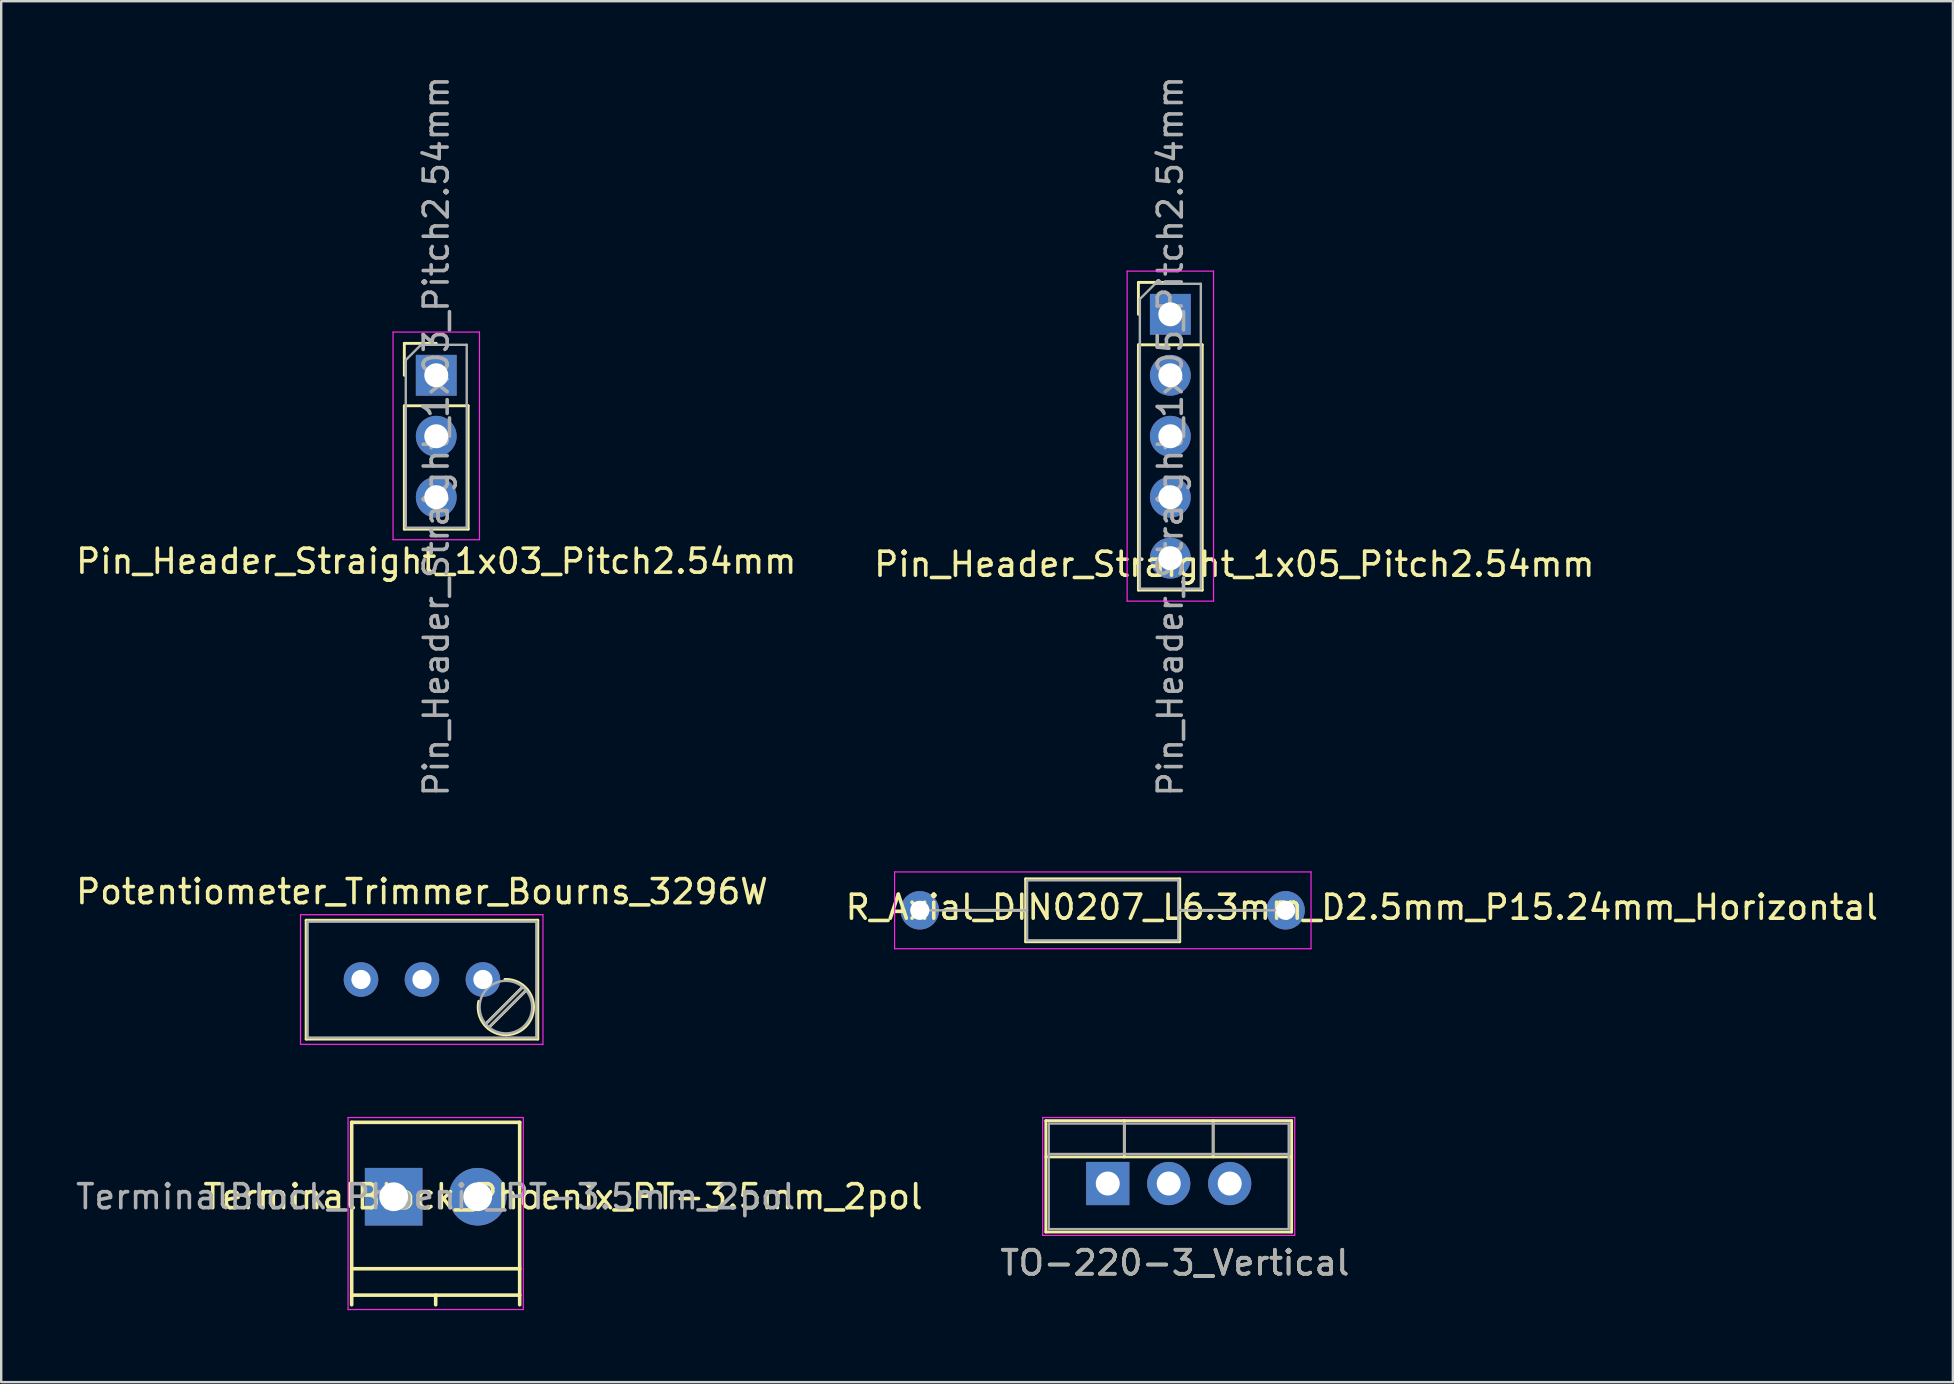
<source format=kicad_pcb>
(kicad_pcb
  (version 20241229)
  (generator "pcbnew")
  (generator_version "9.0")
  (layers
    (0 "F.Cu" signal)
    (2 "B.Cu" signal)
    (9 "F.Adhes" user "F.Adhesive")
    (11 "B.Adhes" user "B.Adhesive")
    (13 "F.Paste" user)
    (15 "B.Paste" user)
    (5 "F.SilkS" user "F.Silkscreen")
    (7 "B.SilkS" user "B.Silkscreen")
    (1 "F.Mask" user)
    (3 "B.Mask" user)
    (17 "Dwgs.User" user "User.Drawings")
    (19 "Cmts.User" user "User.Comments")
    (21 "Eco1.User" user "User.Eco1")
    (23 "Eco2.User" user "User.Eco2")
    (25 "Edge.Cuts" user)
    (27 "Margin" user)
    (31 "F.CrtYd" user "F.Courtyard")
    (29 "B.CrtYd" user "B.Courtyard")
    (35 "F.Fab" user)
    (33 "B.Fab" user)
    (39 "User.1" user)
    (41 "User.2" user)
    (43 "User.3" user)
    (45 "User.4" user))
  (footprint "R_Axial_DIN0207_L6.3mm_D2.5mm_P15.24mm_Horizontal"
    (layer "F.Cu")
    (at 35.27 34.875)
    (property "Reference" "R_Axial_DIN0207_L6.3mm_D2.5mm_P15.24mm_Horizontal" (at 18.415 -0.127 0) (layer "F.SilkS") (effects (font (size 1 1) (thickness 0.15))))
    (attr through_hole)
    (fp_line (start 0.98 0) (end 4.41 0) (stroke (width 0.12) (type solid)) (layer "F.SilkS"))
    (fp_line (start 4.41 -1.31) (end 4.41 1.31) (stroke (width 0.12) (type solid)) (layer "F.SilkS"))
    (fp_line (start 4.41 1.31) (end 10.83 1.31) (stroke (width 0.12) (type solid)) (layer "F.SilkS"))
    (fp_line (start 10.83 -1.31) (end 4.41 -1.31) (stroke (width 0.12) (type solid)) (layer "F.SilkS"))
    (fp_line (start 10.83 1.31) (end 10.83 -1.31) (stroke (width 0.12) (type solid)) (layer "F.SilkS"))
    (fp_line (start 14.26 0) (end 10.83 0) (stroke (width 0.12) (type solid)) (layer "F.SilkS"))
    (fp_line (start -1.05 -1.6) (end -1.05 1.6) (stroke (width 0.05) (type solid)) (layer "F.CrtYd"))
    (fp_line (start -1.05 1.6) (end 16.3 1.6) (stroke (width 0.05) (type solid)) (layer "F.CrtYd"))
    (fp_line (start 16.3 -1.6) (end -1.05 -1.6) (stroke (width 0.05) (type solid)) (layer "F.CrtYd"))
    (fp_line (start 16.3 1.6) (end 16.3 -1.6) (stroke (width 0.05) (type solid)) (layer "F.CrtYd"))
    (fp_line (start 0 0) (end 4.47 0) (stroke (width 0.1) (type solid)) (layer "F.Fab"))
    (fp_line (start 4.47 -1.25) (end 4.47 1.25) (stroke (width 0.1) (type solid)) (layer "F.Fab"))
    (fp_line (start 4.47 1.25) (end 10.77 1.25) (stroke (width 0.1) (type solid)) (layer "F.Fab"))
    (fp_line (start 10.77 -1.25) (end 4.47 -1.25) (stroke (width 0.1) (type solid)) (layer "F.Fab"))
    (fp_line (start 10.77 1.25) (end 10.77 -1.25) (stroke (width 0.1) (type solid)) (layer "F.Fab"))
    (fp_line (start 15.24 0) (end 10.77 0) (stroke (width 0.1) (type solid)) (layer "F.Fab"))
    (pad "1" thru_hole circle (at 0 0) (size 1.6 1.6) (drill 0.8) (layers "*.Cu" "*.Mask"))
    (pad "2" thru_hole oval (at 15.24 0) (size 1.6 1.6) (drill 0.8) (layers "*.Cu" "*.Mask")))
  (footprint "Pin_Header_Straight_1x03_Pitch2.54mm"
    (layer "F.Cu")
    (at 15.125 12.585)
    (property "Reference" "Pin_Header_Straight_1x03_Pitch2.54mm" (at 0 7.747 0) (layer "F.SilkS") (effects (font (size 1 1) (thickness 0.15))))
    (attr through_hole)
    (fp_line (start -1.33 -1.33) (end 0 -1.33) (stroke (width 0.12) (type solid)) (layer "F.SilkS"))
    (fp_line (start -1.33 0) (end -1.33 -1.33) (stroke (width 0.12) (type solid)) (layer "F.SilkS"))
    (fp_line (start -1.33 1.27) (end -1.33 6.41) (stroke (width 0.12) (type solid)) (layer "F.SilkS"))
    (fp_line (start -1.33 1.27) (end 1.33 1.27) (stroke (width 0.12) (type solid)) (layer "F.SilkS"))
    (fp_line (start -1.33 6.41) (end 1.33 6.41) (stroke (width 0.12) (type solid)) (layer "F.SilkS"))
    (fp_line (start 1.33 1.27) (end 1.33 6.41) (stroke (width 0.12) (type solid)) (layer "F.SilkS"))
    (fp_line (start -1.8 -1.8) (end -1.8 6.85) (stroke (width 0.05) (type solid)) (layer "F.CrtYd"))
    (fp_line (start -1.8 6.85) (end 1.8 6.85) (stroke (width 0.05) (type solid)) (layer "F.CrtYd"))
    (fp_line (start 1.8 -1.8) (end -1.8 -1.8) (stroke (width 0.05) (type solid)) (layer "F.CrtYd"))
    (fp_line (start 1.8 6.85) (end 1.8 -1.8) (stroke (width 0.05) (type solid)) (layer "F.CrtYd"))
    (fp_line (start -1.27 -0.635) (end -0.635 -1.27) (stroke (width 0.1) (type solid)) (layer "F.Fab"))
    (fp_line (start -1.27 6.35) (end -1.27 -0.635) (stroke (width 0.1) (type solid)) (layer "F.Fab"))
    (fp_line (start -0.635 -1.27) (end 1.27 -1.27) (stroke (width 0.1) (type solid)) (layer "F.Fab"))
    (fp_line (start 1.27 -1.27) (end 1.27 6.35) (stroke (width 0.1) (type solid)) (layer "F.Fab"))
    (fp_line (start 1.27 6.35) (end -1.27 6.35) (stroke (width 0.1) (type solid)) (layer "F.Fab"))
    (fp_text user "${REFERENCE}" (at 0 2.54 90) (layer "F.Fab") (effects (font (size 1 1) (thickness 0.15))))
    (pad "1" thru_hole rect (at 0 0) (size 1.7 1.7) (drill 1) (layers "*.Cu" "*.Mask"))
    (pad "2" thru_hole oval (at 0 2.54) (size 1.7 1.7) (drill 1) (layers "*.Cu" "*.Mask"))
    (pad "3" thru_hole oval (at 0 5.08) (size 1.7 1.7) (drill 1) (layers "*.Cu" "*.Mask")))
  (footprint "TO-220-3_Vertical"
    (layer "F.Cu")
    (at 43.101 46.258)
    (property "Reference" "TO-220-3_Vertical" (at 2.794 3.302 0) (layer "F.SilkS") (effects (font (size 1 1) (thickness 0.15))))
    (attr through_hole)
    (fp_line (start -2.58 -2.62) (end -2.58 2.021) (stroke (width 0.12) (type solid)) (layer "F.SilkS"))
    (fp_line (start -2.58 -2.62) (end 7.66 -2.62) (stroke (width 0.12) (type solid)) (layer "F.SilkS"))
    (fp_line (start -2.58 -1.11) (end 7.66 -1.11) (stroke (width 0.12) (type solid)) (layer "F.SilkS"))
    (fp_line (start -2.58 2.021) (end 7.66 2.021) (stroke (width 0.12) (type solid)) (layer "F.SilkS"))
    (fp_line (start 0.69 -2.62) (end 0.69 -1.11) (stroke (width 0.12) (type solid)) (layer "F.SilkS"))
    (fp_line (start 4.391 -2.62) (end 4.391 -1.11) (stroke (width 0.12) (type solid)) (layer "F.SilkS"))
    (fp_line (start 7.66 -2.62) (end 7.66 2.021) (stroke (width 0.12) (type solid)) (layer "F.SilkS"))
    (fp_line (start -2.71 -2.75) (end -2.71 2.16) (stroke (width 0.05) (type solid)) (layer "F.CrtYd"))
    (fp_line (start -2.71 2.16) (end 7.79 2.16) (stroke (width 0.05) (type solid)) (layer "F.CrtYd"))
    (fp_line (start 7.79 -2.75) (end -2.71 -2.75) (stroke (width 0.05) (type solid)) (layer "F.CrtYd"))
    (fp_line (start 7.79 2.16) (end 7.79 -2.75) (stroke (width 0.05) (type solid)) (layer "F.CrtYd"))
    (fp_line (start -2.46 -2.5) (end -2.46 1.9) (stroke (width 0.1) (type solid)) (layer "F.Fab"))
    (fp_line (start -2.46 -1.23) (end 7.54 -1.23) (stroke (width 0.1) (type solid)) (layer "F.Fab"))
    (fp_line (start -2.46 1.9) (end 7.54 1.9) (stroke (width 0.1) (type solid)) (layer "F.Fab"))
    (fp_line (start 0.69 -2.5) (end 0.69 -1.23) (stroke (width 0.1) (type solid)) (layer "F.Fab"))
    (fp_line (start 4.39 -2.5) (end 4.39 -1.23) (stroke (width 0.1) (type solid)) (layer "F.Fab"))
    (fp_line (start 7.54 -2.5) (end -2.46 -2.5) (stroke (width 0.1) (type solid)) (layer "F.Fab"))
    (fp_line (start 7.54 1.9) (end 7.54 -2.5) (stroke (width 0.1) (type solid)) (layer "F.Fab"))
    (fp_text user "${REFERENCE}" (at 2.794 3.302 0) (layer "F.Fab") (effects (font (size 1 1) (thickness 0.15))))
    (pad "1" thru_hole rect (at 0 0) (size 1.8 1.8) (drill 1) (layers "*.Cu" "*.Mask"))
    (pad "2" thru_hole oval (at 2.54 0) (size 1.8 1.8) (drill 1) (layers "*.Cu" "*.Mask"))
    (pad "3" thru_hole oval (at 5.08 0) (size 1.8 1.8) (drill 1) (layers "*.Cu" "*.Mask")))
  (footprint "Pin_Header_Straight_1x05_Pitch2.54mm"
    (layer "F.Cu")
    (at 45.708 10.045)
    (property "Reference" "Pin_Header_Straight_1x05_Pitch2.54mm" (at 2.667 10.414 0) (layer "F.SilkS") (effects (font (size 1 1) (thickness 0.15))))
    (attr through_hole)
    (fp_line (start -1.33 -1.33) (end 0 -1.33) (stroke (width 0.12) (type solid)) (layer "F.SilkS"))
    (fp_line (start -1.33 0) (end -1.33 -1.33) (stroke (width 0.12) (type solid)) (layer "F.SilkS"))
    (fp_line (start -1.33 1.27) (end -1.33 11.49) (stroke (width 0.12) (type solid)) (layer "F.SilkS"))
    (fp_line (start -1.33 1.27) (end 1.33 1.27) (stroke (width 0.12) (type solid)) (layer "F.SilkS"))
    (fp_line (start -1.33 11.49) (end 1.33 11.49) (stroke (width 0.12) (type solid)) (layer "F.SilkS"))
    (fp_line (start 1.33 1.27) (end 1.33 11.49) (stroke (width 0.12) (type solid)) (layer "F.SilkS"))
    (fp_line (start -1.8 -1.8) (end -1.8 11.95) (stroke (width 0.05) (type solid)) (layer "F.CrtYd"))
    (fp_line (start -1.8 11.95) (end 1.8 11.95) (stroke (width 0.05) (type solid)) (layer "F.CrtYd"))
    (fp_line (start 1.8 -1.8) (end -1.8 -1.8) (stroke (width 0.05) (type solid)) (layer "F.CrtYd"))
    (fp_line (start 1.8 11.95) (end 1.8 -1.8) (stroke (width 0.05) (type solid)) (layer "F.CrtYd"))
    (fp_line (start -1.27 -0.635) (end -0.635 -1.27) (stroke (width 0.1) (type solid)) (layer "F.Fab"))
    (fp_line (start -1.27 11.43) (end -1.27 -0.635) (stroke (width 0.1) (type solid)) (layer "F.Fab"))
    (fp_line (start -0.635 -1.27) (end 1.27 -1.27) (stroke (width 0.1) (type solid)) (layer "F.Fab"))
    (fp_line (start 1.27 -1.27) (end 1.27 11.43) (stroke (width 0.1) (type solid)) (layer "F.Fab"))
    (fp_line (start 1.27 11.43) (end -1.27 11.43) (stroke (width 0.1) (type solid)) (layer "F.Fab"))
    (fp_text user "${REFERENCE}" (at 0 5.08 90) (layer "F.Fab") (effects (font (size 1 1) (thickness 0.15))))
    (pad "1" thru_hole rect (at 0 0) (size 1.7 1.7) (drill 1) (layers "*.Cu" "*.Mask"))
    (pad "2" thru_hole oval (at 0 2.54) (size 1.7 1.7) (drill 1) (layers "*.Cu" "*.Mask"))
    (pad "3" thru_hole oval (at 0 5.08) (size 1.7 1.7) (drill 1) (layers "*.Cu" "*.Mask"))
    (pad "4" thru_hole oval (at 0 7.62) (size 1.7 1.7) (drill 1) (layers "*.Cu" "*.Mask"))
    (pad "5" thru_hole oval (at 0 10.16) (size 1.7 1.7) (drill 1) (layers "*.Cu" "*.Mask")))
  (footprint "Potentiometer_Trimmer_Bourns_3296W"
    (layer "F.Cu")
    (at 17.07 37.758)
    (property "Reference" "Potentiometer_Trimmer_Bourns_3296W" (at -2.54 -3.66 0) (layer "F.SilkS") (effects (font (size 1 1) (thickness 0.15))))
    (attr through_hole)
    (fp_line (start -7.365 -2.47) (end -7.365 2.481) (stroke (width 0.12) (type solid)) (layer "F.SilkS"))
    (fp_line (start -7.365 -2.47) (end 2.285 -2.47) (stroke (width 0.12) (type solid)) (layer "F.SilkS"))
    (fp_line (start -7.365 2.481) (end 2.285 2.481) (stroke (width 0.12) (type solid)) (layer "F.SilkS"))
    (fp_line (start 1.691 0.275) (end 0.079 1.885) (stroke (width 0.12) (type solid)) (layer "F.SilkS"))
    (fp_line (start 1.831 0.416) (end 0.22 2.026) (stroke (width 0.12) (type solid)) (layer "F.SilkS"))
    (fp_line (start 2.285 -2.47) (end 2.285 2.481) (stroke (width 0.12) (type solid)) (layer "F.SilkS"))
    (fp_arc (start 0.914691 -0.004296) (mid 2.109824 1.129842) (end 0.955 2.305) (stroke (width 0.12) (type solid)) (layer "F.SilkS"))
    (fp_arc (start 0.975121 2.304052) (mid 0.064355 1.884161) (end -0.174 0.91) (stroke (width 0.12) (type solid)) (layer "F.SilkS"))
    (fp_line (start -7.6 -2.7) (end -7.6 2.7) (stroke (width 0.05) (type solid)) (layer "F.CrtYd"))
    (fp_line (start -7.6 2.7) (end 2.5 2.7) (stroke (width 0.05) (type solid)) (layer "F.CrtYd"))
    (fp_line (start 2.5 -2.7) (end -7.6 -2.7) (stroke (width 0.05) (type solid)) (layer "F.CrtYd"))
    (fp_line (start 2.5 2.7) (end 2.5 -2.7) (stroke (width 0.05) (type solid)) (layer "F.CrtYd"))
    (fp_line (start -7.305 -2.41) (end -7.305 2.42) (stroke (width 0.1) (type solid)) (layer "F.Fab"))
    (fp_line (start -7.305 2.42) (end 2.225 2.42) (stroke (width 0.1) (type solid)) (layer "F.Fab"))
    (fp_line (start 1.652 0.32) (end 0.125 1.847) (stroke (width 0.1) (type solid)) (layer "F.Fab"))
    (fp_line (start 1.786 0.454) (end 0.259 1.981) (stroke (width 0.1) (type solid)) (layer "F.Fab"))
    (fp_line (start 2.225 -2.41) (end -7.305 -2.41) (stroke (width 0.1) (type solid)) (layer "F.Fab"))
    (fp_line (start 2.225 2.42) (end 2.225 -2.41) (stroke (width 0.1) (type solid)) (layer "F.Fab"))
    (fp_circle (center 0.955 1.15) (end 2.05 1.15) (stroke (width 0.1) (type solid)) (fill no) (layer "F.Fab"))
    (pad "1" thru_hole circle (at 0 0) (size 1.44 1.44) (drill 0.8) (layers "*.Cu" "*.Mask"))
    (pad "2" thru_hole circle (at -2.54 0) (size 1.44 1.44) (drill 0.8) (layers "*.Cu" "*.Mask"))
    (pad "3" thru_hole circle (at -5.08 0) (size 1.44 1.44) (drill 0.8) (layers "*.Cu" "*.Mask")))
  (footprint "TerminalBlock_Phoenix_PT-3.5mm_2pol"
    (layer "F.Cu")
    (at 13.351 46.808)
    (property "Reference" "TerminalBlock_Phoenix_PT-3.5mm_2pol" (at 7.056 0 0) (layer "F.SilkS") (effects (font (size 1 1) (thickness 0.15))))
    (attr through_hole)
    (fp_line (start -1.75 -3.1) (end -1.75 4.5) (stroke (width 0.15) (type solid)) (layer "F.SilkS"))
    (fp_line (start -1.75 3) (end 5.25 3) (stroke (width 0.15) (type solid)) (layer "F.SilkS"))
    (fp_line (start -1.75 4.1) (end 5.25 4.1) (stroke (width 0.15) (type solid)) (layer "F.SilkS"))
    (fp_line (start 1.75 4.1) (end 1.75 4.5) (stroke (width 0.15) (type solid)) (layer "F.SilkS"))
    (fp_line (start 5.25 -3.1) (end -1.75 -3.1) (stroke (width 0.15) (type solid)) (layer "F.SilkS"))
    (fp_line (start 5.25 4.5) (end 5.25 -3.1) (stroke (width 0.15) (type solid)) (layer "F.SilkS"))
    (fp_line (start -1.9 -3.3) (end 5.4 -3.3) (stroke (width 0.05) (type solid)) (layer "F.CrtYd"))
    (fp_line (start -1.9 4.7) (end -1.9 -3.3) (stroke (width 0.05) (type solid)) (layer "F.CrtYd"))
    (fp_line (start 5.4 -3.3) (end 5.4 4.7) (stroke (width 0.05) (type solid)) (layer "F.CrtYd"))
    (fp_line (start 5.4 4.7) (end -1.9 4.7) (stroke (width 0.05) (type solid)) (layer "F.CrtYd"))
    (fp_text user "${REFERENCE}" (at 1.75 0 0) (layer "F.Fab") (effects (font (size 1 1) (thickness 0.15))))
    (pad "1" thru_hole rect (at 0 0) (size 2.4 2.4) (drill 1.2) (layers "*.Cu" "*.Mask"))
    (pad "2" thru_hole circle (at 3.5 0) (size 2.4 2.4) (drill 1.2) (layers "*.Cu" "*.Mask")))
  (gr_rect
    (start -3 -3)
    (end 78.31 54.533)
    (stroke (width 0.1) (type default))
    (fill no)
    (layer "Edge.Cuts")))
</source>
